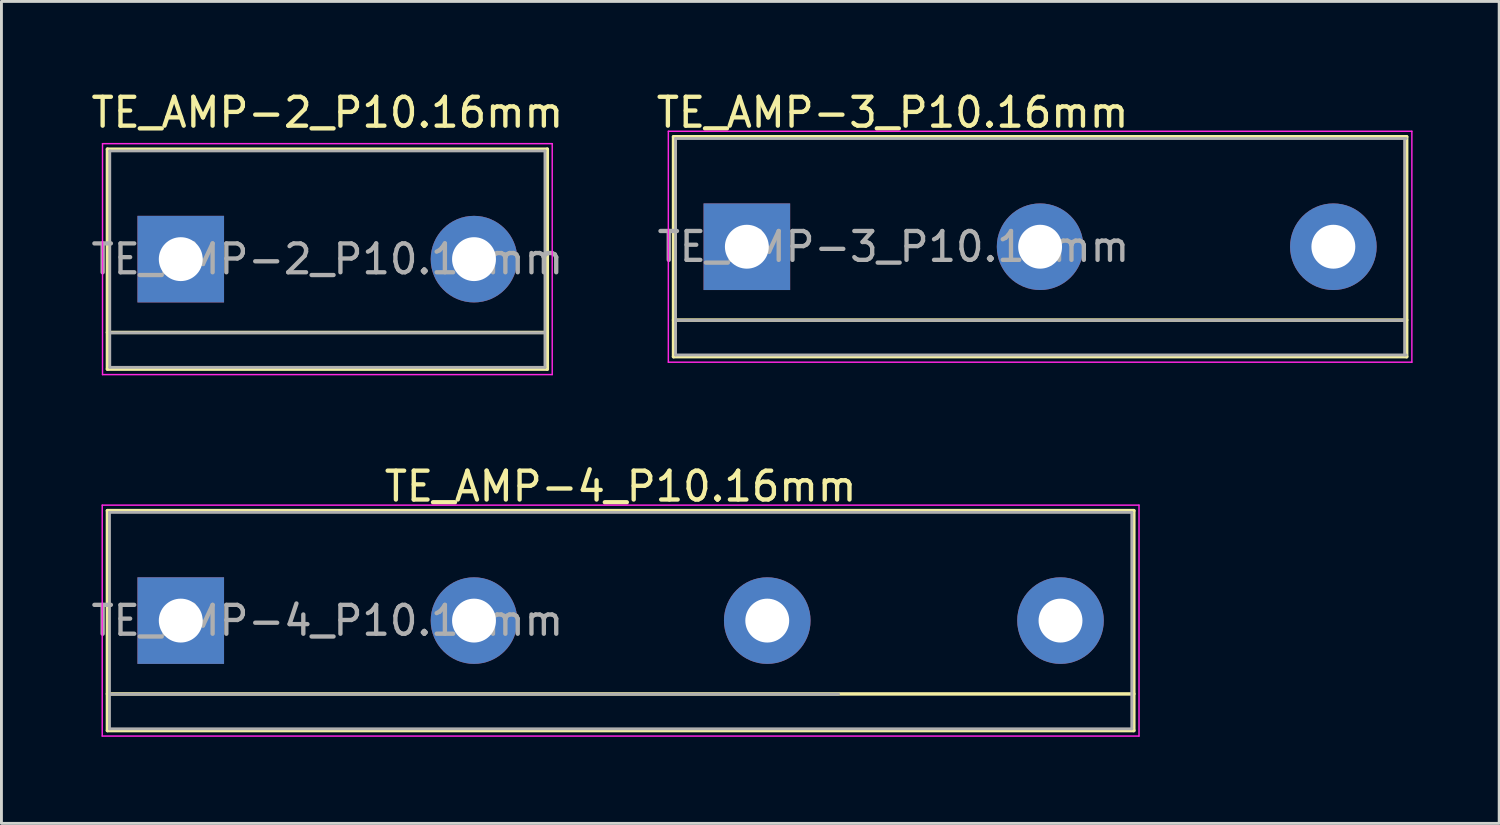
<source format=kicad_pcb>
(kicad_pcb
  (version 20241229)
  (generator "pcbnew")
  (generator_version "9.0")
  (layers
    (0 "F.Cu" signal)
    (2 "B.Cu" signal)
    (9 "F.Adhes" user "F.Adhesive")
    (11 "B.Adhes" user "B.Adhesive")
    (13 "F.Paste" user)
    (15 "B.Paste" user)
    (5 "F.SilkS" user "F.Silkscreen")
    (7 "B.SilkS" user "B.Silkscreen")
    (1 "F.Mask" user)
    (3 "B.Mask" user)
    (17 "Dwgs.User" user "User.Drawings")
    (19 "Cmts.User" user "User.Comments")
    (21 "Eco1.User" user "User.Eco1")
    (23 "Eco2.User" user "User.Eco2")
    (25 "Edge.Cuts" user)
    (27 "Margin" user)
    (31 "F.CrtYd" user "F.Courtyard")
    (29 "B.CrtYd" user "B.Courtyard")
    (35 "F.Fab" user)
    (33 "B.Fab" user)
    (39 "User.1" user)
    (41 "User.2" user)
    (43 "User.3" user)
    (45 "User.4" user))
  (footprint "TE_AMP-4_P10.16mm"
    (layer "F.Cu")
    (at 18.452 18.451)
    (property "Reference" "TE_AMP-4_P10.16mm" (at 0 -4.65 0) (layer "F.SilkS") (effects (font (size 1 1) (thickness 0.15))))
    (attr through_hole)
    (fp_line (start -17.78 -3.81) (end 17.78 -3.81) (stroke (width 0.12) (type solid)) (layer "F.SilkS"))
    (fp_line (start -17.78 2.54) (end 17.78 2.54) (stroke (width 0.12) (type solid)) (layer "F.SilkS"))
    (fp_line (start -17.78 3.81) (end -17.78 -3.81) (stroke (width 0.12) (type solid)) (layer "F.SilkS"))
    (fp_line (start -17.78 3.81) (end 17.78 3.81) (stroke (width 0.12) (type solid)) (layer "F.SilkS"))
    (fp_line (start 17.78 3.81) (end 17.78 -3.81) (stroke (width 0.12) (type solid)) (layer "F.SilkS"))
    (fp_line (start -17.96 -4) (end -17.96 4) (stroke (width 0.05) (type solid)) (layer "F.CrtYd"))
    (fp_line (start -17.96 -4) (end 17.96 -4) (stroke (width 0.05) (type solid)) (layer "F.CrtYd"))
    (fp_line (start 17.96 4) (end -17.96 4) (stroke (width 0.05) (type solid)) (layer "F.CrtYd"))
    (fp_line (start 17.96 4) (end 17.96 -4) (stroke (width 0.05) (type solid)) (layer "F.CrtYd"))
    (fp_line (start -17.71 -3.75) (end 17.71 -3.75) (stroke (width 0.1) (type solid)) (layer "F.Fab"))
    (fp_line (start -17.71 2.55) (end 7.55 2.55) (stroke (width 0.1) (type solid)) (layer "F.Fab"))
    (fp_line (start -17.71 3.75) (end -17.71 -3.75) (stroke (width 0.1) (type solid)) (layer "F.Fab"))
    (fp_line (start 17.71 -3.75) (end 17.71 3.75) (stroke (width 0.1) (type solid)) (layer "F.Fab"))
    (fp_line (start 17.71 3.75) (end -17.71 3.75) (stroke (width 0.1) (type solid)) (layer "F.Fab"))
    (fp_text user "${REFERENCE}" (at -10.16 0 0) (layer "F.Fab") (effects (font (size 1 1) (thickness 0.15))))
    (pad "1" thru_hole rect (at -15.24 0) (size 3 3) (drill 1.52) (layers "*.Cu" "*.Mask"))
    (pad "2" thru_hole circle (at -5.08 0) (size 3 3) (drill 1.52) (layers "*.Cu" "*.Mask"))
    (pad "3" thru_hole circle (at 5.08 0) (size 3 3) (drill 1.52) (layers "*.Cu" "*.Mask"))
    (pad "4" thru_hole circle (at 15.24 0) (size 3 3) (drill 1.52) (layers "*.Cu" "*.Mask")))
  (footprint "TE_AMP-3_P10.16mm"
    (layer "F.Cu")
    (at 22.825 5.498)
    (property "Reference" "TE_AMP-3_P10.16mm" (at 5.05 -4.65 0) (layer "F.SilkS") (effects (font (size 1 1) (thickness 0.15))))
    (attr through_hole)
    (fp_line (start -2.54 -3.81) (end 22.86 -3.81) (stroke (width 0.12) (type solid)) (layer "F.SilkS"))
    (fp_line (start -2.54 2.54) (end 22.86 2.54) (stroke (width 0.12) (type solid)) (layer "F.SilkS"))
    (fp_line (start -2.54 3.81) (end -2.54 -3.81) (stroke (width 0.12) (type solid)) (layer "F.SilkS"))
    (fp_line (start -2.54 3.81) (end 22.86 3.81) (stroke (width 0.12) (type solid)) (layer "F.SilkS"))
    (fp_line (start 22.86 3.81) (end 22.86 -3.81) (stroke (width 0.12) (type solid)) (layer "F.SilkS"))
    (fp_line (start -2.72 -4) (end -2.72 4) (stroke (width 0.05) (type solid)) (layer "F.CrtYd"))
    (fp_line (start -2.72 -4) (end 23.04 -4) (stroke (width 0.05) (type solid)) (layer "F.CrtYd"))
    (fp_line (start 23.04 4) (end -2.72 4) (stroke (width 0.05) (type solid)) (layer "F.CrtYd"))
    (fp_line (start 23.04 4) (end 23.04 -4) (stroke (width 0.05) (type solid)) (layer "F.CrtYd"))
    (fp_line (start -2.47 -3.75) (end 22.84 -3.75) (stroke (width 0.1) (type solid)) (layer "F.Fab"))
    (fp_line (start -2.47 2.55) (end 22.79 2.55) (stroke (width 0.1) (type solid)) (layer "F.Fab"))
    (fp_line (start -2.47 3.75) (end -2.47 -3.75) (stroke (width 0.1) (type solid)) (layer "F.Fab"))
    (fp_line (start 22.79 -3.75) (end 22.79 3.75) (stroke (width 0.1) (type solid)) (layer "F.Fab"))
    (fp_line (start 22.84 3.75) (end -2.47 3.75) (stroke (width 0.1) (type solid)) (layer "F.Fab"))
    (fp_text user "${REFERENCE}" (at 5.08 0 0) (layer "F.Fab") (effects (font (size 1 1) (thickness 0.15))))
    (pad "1" thru_hole rect (at 0 0) (size 3 3) (drill 1.52) (layers "*.Cu" "*.Mask"))
    (pad "2" thru_hole circle (at 10.16 0) (size 3 3) (drill 1.52) (layers "*.Cu" "*.Mask"))
    (pad "3" thru_hole circle (at 20.32 0) (size 3 3) (drill 1.52) (layers "*.Cu" "*.Mask")))
  (footprint "TE_AMP-2_P10.16mm"
    (layer "F.Cu")
    (at 3.212 5.928)
    (property "Reference" "TE_AMP-2_P10.16mm" (at 5.08 -5.08 0) (layer "F.SilkS") (effects (font (size 1 1) (thickness 0.15))))
    (attr through_hole)
    (fp_line (start -2.54 -3.81) (end -2.54 3.81) (stroke (width 0.12) (type solid)) (layer "F.SilkS"))
    (fp_line (start -2.54 3.81) (end 12.7 3.81) (stroke (width 0.12) (type solid)) (layer "F.SilkS"))
    (fp_line (start 12.7 -3.81) (end -2.54 -3.81) (stroke (width 0.12) (type solid)) (layer "F.SilkS"))
    (fp_line (start 12.7 2.54) (end -2.54 2.54) (stroke (width 0.12) (type solid)) (layer "F.SilkS"))
    (fp_line (start 12.7 3.81) (end 12.7 -3.81) (stroke (width 0.12) (type solid)) (layer "F.SilkS"))
    (fp_line (start -2.71 -4) (end -2.71 4) (stroke (width 0.05) (type solid)) (layer "F.CrtYd"))
    (fp_line (start -2.71 -4) (end 12.87 -4) (stroke (width 0.05) (type solid)) (layer "F.CrtYd"))
    (fp_line (start 12.87 4) (end -2.71 4) (stroke (width 0.05) (type solid)) (layer "F.CrtYd"))
    (fp_line (start 12.87 4) (end 12.87 -4) (stroke (width 0.05) (type solid)) (layer "F.CrtYd"))
    (fp_line (start -2.46 -3.75) (end -2.46 3.75) (stroke (width 0.1) (type solid)) (layer "F.Fab"))
    (fp_line (start -2.46 3.75) (end 12.62 3.75) (stroke (width 0.1) (type solid)) (layer "F.Fab"))
    (fp_line (start -2.41 2.55) (end 12.57 2.55) (stroke (width 0.1) (type solid)) (layer "F.Fab"))
    (fp_line (start 12.62 -3.75) (end -2.46 -3.75) (stroke (width 0.1) (type solid)) (layer "F.Fab"))
    (fp_line (start 12.62 3.75) (end 12.62 -3.75) (stroke (width 0.1) (type solid)) (layer "F.Fab"))
    (fp_text user "${REFERENCE}" (at 5.08 0 0) (layer "F.Fab") (effects (font (size 1 1) (thickness 0.15))))
    (pad "1" thru_hole rect (at 0 0) (size 3 3) (drill 1.52) (layers "*.Cu" "*.Mask"))
    (pad "2" thru_hole circle (at 10.16 0) (size 3 3) (drill 1.52) (layers "*.Cu" "*.Mask")))
  (gr_rect
    (start -3 -3)
    (end 48.89 25.477)
    (stroke (width 0.1) (type default))
    (fill no)
    (layer "Edge.Cuts")))
</source>
